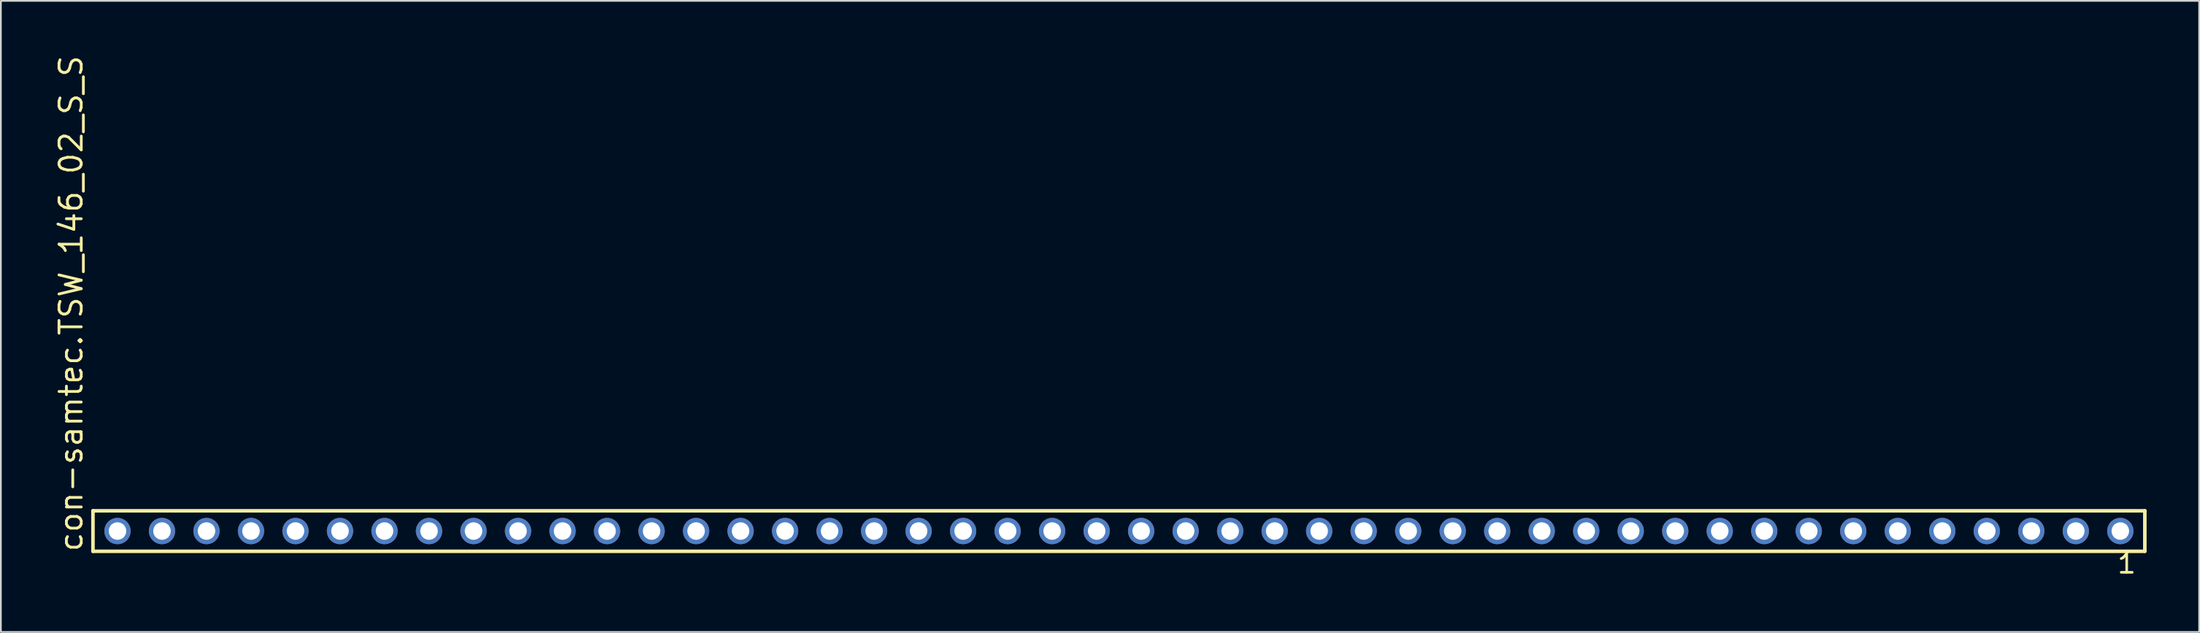
<source format=kicad_pcb>
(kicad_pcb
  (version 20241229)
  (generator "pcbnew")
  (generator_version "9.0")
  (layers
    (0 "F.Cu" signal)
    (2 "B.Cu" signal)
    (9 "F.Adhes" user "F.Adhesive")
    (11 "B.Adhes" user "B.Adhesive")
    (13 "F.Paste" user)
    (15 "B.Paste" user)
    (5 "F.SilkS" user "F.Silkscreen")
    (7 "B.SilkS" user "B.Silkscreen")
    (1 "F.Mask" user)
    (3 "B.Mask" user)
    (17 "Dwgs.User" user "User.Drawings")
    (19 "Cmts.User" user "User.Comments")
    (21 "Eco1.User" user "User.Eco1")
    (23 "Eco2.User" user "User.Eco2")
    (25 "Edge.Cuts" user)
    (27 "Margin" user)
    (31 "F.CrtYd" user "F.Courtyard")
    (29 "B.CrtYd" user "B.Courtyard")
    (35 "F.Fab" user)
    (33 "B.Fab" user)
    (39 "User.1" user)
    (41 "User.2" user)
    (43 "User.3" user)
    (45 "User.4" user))
  (footprint "con-samtec.TSW_146_02_S_S"
    (layer "F.Cu")
    (at 60.805 27.259)
    (property "Reference" "con-samtec.TSW_146_02_S_S" (at -59.055 1.27 90) (layer "F.SilkS") (effects (font (size 1.27 1.27) (thickness 0.16)) (justify left bottom)))
    (attr through_hole)
    (fp_line (start -58.549 -1.155) (end 58.549 -1.155) (stroke (width 0.203) (type default)) (layer "F.SilkS"))
    (fp_line (start -58.549 1.155) (end -58.549 -1.155) (stroke (width 0.203) (type default)) (layer "F.SilkS"))
    (fp_line (start 58.549 -1.155) (end 58.549 1.155) (stroke (width 0.203) (type default)) (layer "F.SilkS"))
    (fp_line (start 58.549 1.155) (end -58.549 1.155) (stroke (width 0.203) (type default)) (layer "F.SilkS"))
    (fp_rect (start -57.5 0.35) (end -56.8 -0.35) (stroke (width 0.05) (type default)) (fill no) (layer "F.Fab"))
    (fp_rect (start -54.96 0.35) (end -54.26 -0.35) (stroke (width 0.05) (type default)) (fill no) (layer "F.Fab"))
    (fp_rect (start -52.42 0.35) (end -51.72 -0.35) (stroke (width 0.05) (type default)) (fill no) (layer "F.Fab"))
    (fp_rect (start -49.88 0.35) (end -49.18 -0.35) (stroke (width 0.05) (type default)) (fill no) (layer "F.Fab"))
    (fp_rect (start -47.34 0.35) (end -46.64 -0.35) (stroke (width 0.05) (type default)) (fill no) (layer "F.Fab"))
    (fp_rect (start -44.8 0.35) (end -44.1 -0.35) (stroke (width 0.05) (type default)) (fill no) (layer "F.Fab"))
    (fp_rect (start -42.26 0.35) (end -41.56 -0.35) (stroke (width 0.05) (type default)) (fill no) (layer "F.Fab"))
    (fp_rect (start -39.72 0.35) (end -39.02 -0.35) (stroke (width 0.05) (type default)) (fill no) (layer "F.Fab"))
    (fp_rect (start -37.18 0.35) (end -36.48 -0.35) (stroke (width 0.05) (type default)) (fill no) (layer "F.Fab"))
    (fp_rect (start -34.64 0.35) (end -33.94 -0.35) (stroke (width 0.05) (type default)) (fill no) (layer "F.Fab"))
    (fp_rect (start -32.1 0.35) (end -31.4 -0.35) (stroke (width 0.05) (type default)) (fill no) (layer "F.Fab"))
    (fp_rect (start -29.56 0.35) (end -28.86 -0.35) (stroke (width 0.05) (type default)) (fill no) (layer "F.Fab"))
    (fp_rect (start -27.02 0.35) (end -26.32 -0.35) (stroke (width 0.05) (type default)) (fill no) (layer "F.Fab"))
    (fp_rect (start -24.48 0.35) (end -23.78 -0.35) (stroke (width 0.05) (type default)) (fill no) (layer "F.Fab"))
    (fp_rect (start -21.94 0.35) (end -21.24 -0.35) (stroke (width 0.05) (type default)) (fill no) (layer "F.Fab"))
    (fp_rect (start -19.4 0.35) (end -18.7 -0.35) (stroke (width 0.05) (type default)) (fill no) (layer "F.Fab"))
    (fp_rect (start -16.86 0.35) (end -16.16 -0.35) (stroke (width 0.05) (type default)) (fill no) (layer "F.Fab"))
    (fp_rect (start -14.32 0.35) (end -13.62 -0.35) (stroke (width 0.05) (type default)) (fill no) (layer "F.Fab"))
    (fp_rect (start -11.78 0.35) (end -11.08 -0.35) (stroke (width 0.05) (type default)) (fill no) (layer "F.Fab"))
    (fp_rect (start -9.24 0.35) (end -8.54 -0.35) (stroke (width 0.05) (type default)) (fill no) (layer "F.Fab"))
    (fp_rect (start -6.7 0.35) (end -6 -0.35) (stroke (width 0.05) (type default)) (fill no) (layer "F.Fab"))
    (fp_rect (start -4.16 0.35) (end -3.46 -0.35) (stroke (width 0.05) (type default)) (fill no) (layer "F.Fab"))
    (fp_rect (start -1.62 0.35) (end -0.92 -0.35) (stroke (width 0.05) (type default)) (fill no) (layer "F.Fab"))
    (fp_rect (start 0.92 0.35) (end 1.62 -0.35) (stroke (width 0.05) (type default)) (fill no) (layer "F.Fab"))
    (fp_rect (start 3.46 0.35) (end 4.16 -0.35) (stroke (width 0.05) (type default)) (fill no) (layer "F.Fab"))
    (fp_rect (start 6 0.35) (end 6.7 -0.35) (stroke (width 0.05) (type default)) (fill no) (layer "F.Fab"))
    (fp_rect (start 8.54 0.35) (end 9.24 -0.35) (stroke (width 0.05) (type default)) (fill no) (layer "F.Fab"))
    (fp_rect (start 11.08 0.35) (end 11.78 -0.35) (stroke (width 0.05) (type default)) (fill no) (layer "F.Fab"))
    (fp_rect (start 13.62 0.35) (end 14.32 -0.35) (stroke (width 0.05) (type default)) (fill no) (layer "F.Fab"))
    (fp_rect (start 16.16 0.35) (end 16.86 -0.35) (stroke (width 0.05) (type default)) (fill no) (layer "F.Fab"))
    (fp_rect (start 18.7 0.35) (end 19.4 -0.35) (stroke (width 0.05) (type default)) (fill no) (layer "F.Fab"))
    (fp_rect (start 21.24 0.35) (end 21.94 -0.35) (stroke (width 0.05) (type default)) (fill no) (layer "F.Fab"))
    (fp_rect (start 23.78 0.35) (end 24.48 -0.35) (stroke (width 0.05) (type default)) (fill no) (layer "F.Fab"))
    (fp_rect (start 26.32 0.35) (end 27.02 -0.35) (stroke (width 0.05) (type default)) (fill no) (layer "F.Fab"))
    (fp_rect (start 28.86 0.35) (end 29.56 -0.35) (stroke (width 0.05) (type default)) (fill no) (layer "F.Fab"))
    (fp_rect (start 31.4 0.35) (end 32.1 -0.35) (stroke (width 0.05) (type default)) (fill no) (layer "F.Fab"))
    (fp_rect (start 33.94 0.35) (end 34.64 -0.35) (stroke (width 0.05) (type default)) (fill no) (layer "F.Fab"))
    (fp_rect (start 36.48 0.35) (end 37.18 -0.35) (stroke (width 0.05) (type default)) (fill no) (layer "F.Fab"))
    (fp_rect (start 39.02 0.35) (end 39.72 -0.35) (stroke (width 0.05) (type default)) (fill no) (layer "F.Fab"))
    (fp_rect (start 41.56 0.35) (end 42.26 -0.35) (stroke (width 0.05) (type default)) (fill no) (layer "F.Fab"))
    (fp_rect (start 44.1 0.35) (end 44.8 -0.35) (stroke (width 0.05) (type default)) (fill no) (layer "F.Fab"))
    (fp_rect (start 46.64 0.35) (end 47.34 -0.35) (stroke (width 0.05) (type default)) (fill no) (layer "F.Fab"))
    (fp_rect (start 49.18 0.35) (end 49.88 -0.35) (stroke (width 0.05) (type default)) (fill no) (layer "F.Fab"))
    (fp_rect (start 51.72 0.35) (end 52.42 -0.35) (stroke (width 0.05) (type default)) (fill no) (layer "F.Fab"))
    (fp_rect (start 54.26 0.35) (end 54.96 -0.35) (stroke (width 0.05) (type default)) (fill no) (layer "F.Fab"))
    (fp_rect (start 56.8 0.35) (end 57.5 -0.35) (stroke (width 0.05) (type default)) (fill no) (layer "F.Fab"))
    (fp_text user "1" (at 56.892 2.498 0) (layer "F.SilkS") (effects (font (size 1.1 1.1) (thickness 0.15)) (justify left bottom)))
    (pad "1" thru_hole circle (at 57.15 0 180) (size 1.5 1.5) (drill 1) (layers "*.Cu" "*.Mask"))
    (pad "2" thru_hole circle (at 54.61 0 180) (size 1.5 1.5) (drill 1) (layers "*.Cu" "*.Mask"))
    (pad "3" thru_hole circle (at 52.07 0 180) (size 1.5 1.5) (drill 1) (layers "*.Cu" "*.Mask"))
    (pad "4" thru_hole circle (at 49.53 0 180) (size 1.5 1.5) (drill 1) (layers "*.Cu" "*.Mask"))
    (pad "5" thru_hole circle (at 46.99 0 180) (size 1.5 1.5) (drill 1) (layers "*.Cu" "*.Mask"))
    (pad "6" thru_hole circle (at 44.45 0 180) (size 1.5 1.5) (drill 1) (layers "*.Cu" "*.Mask"))
    (pad "7" thru_hole circle (at 41.91 0 180) (size 1.5 1.5) (drill 1) (layers "*.Cu" "*.Mask"))
    (pad "8" thru_hole circle (at 39.37 0 180) (size 1.5 1.5) (drill 1) (layers "*.Cu" "*.Mask"))
    (pad "9" thru_hole circle (at 36.83 0 180) (size 1.5 1.5) (drill 1) (layers "*.Cu" "*.Mask"))
    (pad "10" thru_hole circle (at 34.29 0 180) (size 1.5 1.5) (drill 1) (layers "*.Cu" "*.Mask"))
    (pad "11" thru_hole circle (at 31.75 0 180) (size 1.5 1.5) (drill 1) (layers "*.Cu" "*.Mask"))
    (pad "12" thru_hole circle (at 29.21 0 180) (size 1.5 1.5) (drill 1) (layers "*.Cu" "*.Mask"))
    (pad "13" thru_hole circle (at 26.67 0 180) (size 1.5 1.5) (drill 1) (layers "*.Cu" "*.Mask"))
    (pad "14" thru_hole circle (at 24.13 0 180) (size 1.5 1.5) (drill 1) (layers "*.Cu" "*.Mask"))
    (pad "15" thru_hole circle (at 21.59 0 180) (size 1.5 1.5) (drill 1) (layers "*.Cu" "*.Mask"))
    (pad "16" thru_hole circle (at 19.05 0 180) (size 1.5 1.5) (drill 1) (layers "*.Cu" "*.Mask"))
    (pad "17" thru_hole circle (at 16.51 0 180) (size 1.5 1.5) (drill 1) (layers "*.Cu" "*.Mask"))
    (pad "18" thru_hole circle (at 13.97 0 180) (size 1.5 1.5) (drill 1) (layers "*.Cu" "*.Mask"))
    (pad "19" thru_hole circle (at 11.43 0 180) (size 1.5 1.5) (drill 1) (layers "*.Cu" "*.Mask"))
    (pad "20" thru_hole circle (at 8.89 0 180) (size 1.5 1.5) (drill 1) (layers "*.Cu" "*.Mask"))
    (pad "21" thru_hole circle (at 6.35 0 180) (size 1.5 1.5) (drill 1) (layers "*.Cu" "*.Mask"))
    (pad "22" thru_hole circle (at 3.81 0 180) (size 1.5 1.5) (drill 1) (layers "*.Cu" "*.Mask"))
    (pad "23" thru_hole circle (at 1.27 0 180) (size 1.5 1.5) (drill 1) (layers "*.Cu" "*.Mask"))
    (pad "24" thru_hole circle (at -1.27 0 180) (size 1.5 1.5) (drill 1) (layers "*.Cu" "*.Mask"))
    (pad "25" thru_hole circle (at -3.81 0 180) (size 1.5 1.5) (drill 1) (layers "*.Cu" "*.Mask"))
    (pad "26" thru_hole circle (at -6.35 0 180) (size 1.5 1.5) (drill 1) (layers "*.Cu" "*.Mask"))
    (pad "27" thru_hole circle (at -8.89 0 180) (size 1.5 1.5) (drill 1) (layers "*.Cu" "*.Mask"))
    (pad "28" thru_hole circle (at -11.43 0 180) (size 1.5 1.5) (drill 1) (layers "*.Cu" "*.Mask"))
    (pad "29" thru_hole circle (at -13.97 0 180) (size 1.5 1.5) (drill 1) (layers "*.Cu" "*.Mask"))
    (pad "30" thru_hole circle (at -16.51 0 180) (size 1.5 1.5) (drill 1) (layers "*.Cu" "*.Mask"))
    (pad "31" thru_hole circle (at -19.05 0 180) (size 1.5 1.5) (drill 1) (layers "*.Cu" "*.Mask"))
    (pad "32" thru_hole circle (at -21.59 0 180) (size 1.5 1.5) (drill 1) (layers "*.Cu" "*.Mask"))
    (pad "33" thru_hole circle (at -24.13 0 180) (size 1.5 1.5) (drill 1) (layers "*.Cu" "*.Mask"))
    (pad "34" thru_hole circle (at -26.67 0 180) (size 1.5 1.5) (drill 1) (layers "*.Cu" "*.Mask"))
    (pad "35" thru_hole circle (at -29.21 0 180) (size 1.5 1.5) (drill 1) (layers "*.Cu" "*.Mask"))
    (pad "36" thru_hole circle (at -31.75 0 180) (size 1.5 1.5) (drill 1) (layers "*.Cu" "*.Mask"))
    (pad "37" thru_hole circle (at -34.29 0 180) (size 1.5 1.5) (drill 1) (layers "*.Cu" "*.Mask"))
    (pad "38" thru_hole circle (at -36.83 0 180) (size 1.5 1.5) (drill 1) (layers "*.Cu" "*.Mask"))
    (pad "39" thru_hole circle (at -39.37 0 180) (size 1.5 1.5) (drill 1) (layers "*.Cu" "*.Mask"))
    (pad "40" thru_hole circle (at -41.91 0 180) (size 1.5 1.5) (drill 1) (layers "*.Cu" "*.Mask"))
    (pad "41" thru_hole circle (at -44.45 0 180) (size 1.5 1.5) (drill 1) (layers "*.Cu" "*.Mask"))
    (pad "42" thru_hole circle (at -46.99 0 180) (size 1.5 1.5) (drill 1) (layers "*.Cu" "*.Mask"))
    (pad "43" thru_hole circle (at -49.53 0 180) (size 1.5 1.5) (drill 1) (layers "*.Cu" "*.Mask"))
    (pad "44" thru_hole circle (at -52.07 0 180) (size 1.5 1.5) (drill 1) (layers "*.Cu" "*.Mask"))
    (pad "45" thru_hole circle (at -54.61 0 180) (size 1.5 1.5) (drill 1) (layers "*.Cu" "*.Mask"))
    (pad "46" thru_hole circle (at -57.15 0 180) (size 1.5 1.5) (drill 1) (layers "*.Cu" "*.Mask")))
  (gr_rect
    (start -3 -3)
    (end 122.456 33.02)
    (stroke (width 0.1) (type default))
    (fill no)
    (layer "Edge.Cuts")))
</source>
